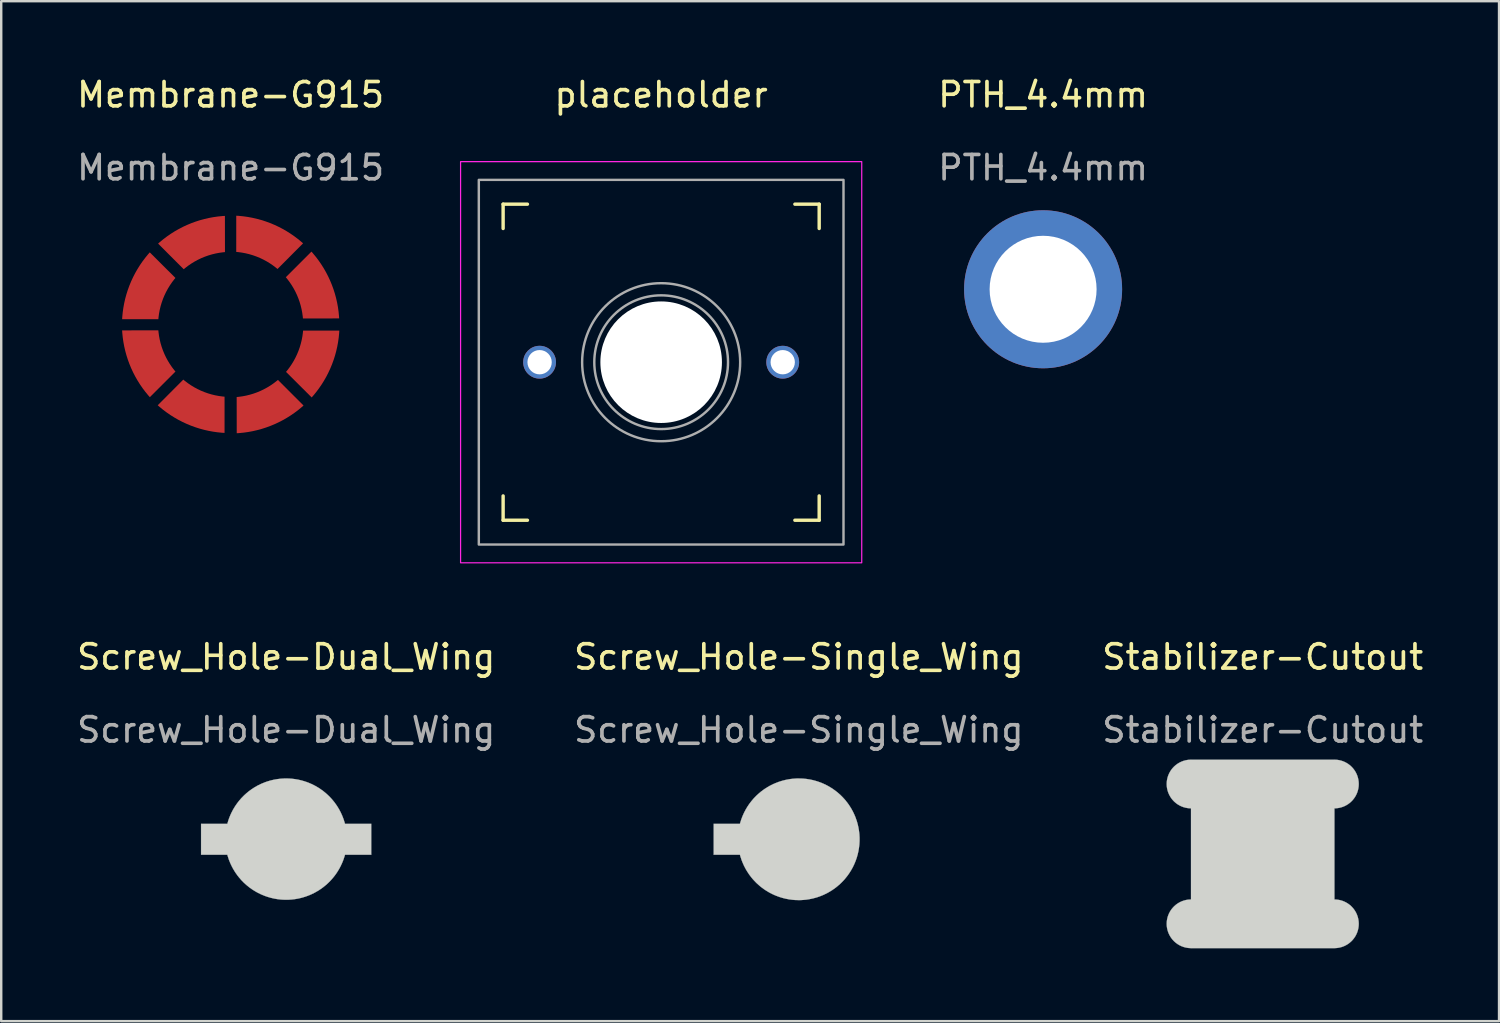
<source format=kicad_pcb>
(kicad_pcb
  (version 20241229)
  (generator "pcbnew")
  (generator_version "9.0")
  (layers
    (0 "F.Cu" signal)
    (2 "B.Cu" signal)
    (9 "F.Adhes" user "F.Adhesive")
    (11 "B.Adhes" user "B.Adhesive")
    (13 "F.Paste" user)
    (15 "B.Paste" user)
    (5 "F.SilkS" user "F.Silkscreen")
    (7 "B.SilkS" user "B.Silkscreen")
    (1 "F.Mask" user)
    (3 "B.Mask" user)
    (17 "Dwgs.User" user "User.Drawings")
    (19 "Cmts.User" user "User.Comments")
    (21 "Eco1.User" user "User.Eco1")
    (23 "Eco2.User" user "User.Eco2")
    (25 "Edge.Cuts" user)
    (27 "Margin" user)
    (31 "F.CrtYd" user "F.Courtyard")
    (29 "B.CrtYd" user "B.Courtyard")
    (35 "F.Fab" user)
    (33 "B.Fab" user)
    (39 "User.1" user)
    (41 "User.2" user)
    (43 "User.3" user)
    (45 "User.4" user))
  (footprint "placeholder"
    (layer "F.Cu")
    (at 24.144 11.848)
    (property "Reference" "placeholder" (at 0 -11 0) (unlocked yes) (layer "F.SilkS") (effects (font (size 1 1) (thickness 0.15))))
    (attr through_hole)
    (fp_line (start -6.5 -5.5) (end -6.5 -6.5) (stroke (width 0.14) (type solid)) (layer "F.SilkS"))
    (fp_line (start -6.5 6.5) (end -6.5 5.5) (stroke (width 0.14) (type solid)) (layer "F.SilkS"))
    (fp_line (start -6.5 6.5) (end -5.5 6.5) (stroke (width 0.14) (type solid)) (layer "F.SilkS"))
    (fp_line (start -5.5 -6.5) (end -6.5 -6.5) (stroke (width 0.14) (type solid)) (layer "F.SilkS"))
    (fp_line (start 5.5 6.5) (end 6.5 6.5) (stroke (width 0.14) (type solid)) (layer "F.SilkS"))
    (fp_line (start 6.5 -6.5) (end 5.5 -6.5) (stroke (width 0.14) (type solid)) (layer "F.SilkS"))
    (fp_line (start 6.5 -6.5) (end 6.5 -5.5) (stroke (width 0.14) (type solid)) (layer "F.SilkS"))
    (fp_line (start 6.5 5.5) (end 6.5 6.5) (stroke (width 0.14) (type solid)) (layer "F.SilkS"))
    (fp_rect (start -8.25 -8.25) (end 8.25 8.25) (stroke (width 0.05) (type solid)) (fill no) (layer "F.CrtYd"))
    (fp_rect (start 7.5 7.5) (end -7.5 -7.5) (stroke (width 0.1) (type solid)) (fill no) (layer "F.Fab"))
    (fp_circle (center 0 0) (end 2.75 0) (stroke (width 0.1) (type default)) (fill no) (layer "F.Fab"))
    (fp_circle (center 0 0) (end 3.25 0) (stroke (width 0.1) (type default)) (fill no) (layer "F.Fab"))
    (fp_poly (pts (xy -2.05 -0.65) (xy -0.7 -0.65) (xy -0.7 -2) (xy 0.6 -2) (xy 0.6 -0.65) (xy 1.95 -0.65) (xy 1.95 0.65) (xy 0.6 0.65) (xy 0.6 2) (xy -0.7 2) (xy -0.7 0.65) (xy -2.05 0.65)) (stroke (width 0.1) (type solid)) (fill no) (layer "F.Fab"))
    (pad "" np_thru_hole circle (at 0 0 180) (size 5 5) (drill 5) (layers "*.Cu" "*.Mask"))
    (pad "1" thru_hole circle (at 5 0 180) (size 1.35 1.35) (drill 1) (layers "*.Cu" "B.Mask"))
    (pad "2" thru_hole circle (at -5 0 180) (size 1.35 1.35) (drill 1) (layers "*.Cu" "B.Mask")))
  (footprint "Membrane-G915"
    (layer "F.Cu")
    (at 6.435 10.298)
    (property "Reference" "Membrane-G915" (at 0 -9.45 0) (unlocked yes) (layer "F.SilkS") (effects (font (size 1 1) (thickness 0.15))))
    (attr smd)
    (fp_poly (pts (arc (start -4.46183 0.2406) (mid -4.12569 1.711464) (end -3.321967 2.98836)) (arc (start -2.26817 1.935141) (mid -2.752652 1.141744) (end -2.971967 0.23836)) (xy -4.462 0.241)) (stroke (width 0) (type solid)) (fill yes) (layer "F.Cu"))
    (fp_poly (pts (arc (start -3.324569 -2.967986) (mid -4.12694 -1.690241) (end -4.461524 -0.219021)) (arc (start -2.971639 -0.218613) (mid -2.753203 -1.12221) (end -2.269493 -1.916078)) (xy -3.325 -2.968)) (stroke (width 0) (type solid)) (fill yes) (layer "F.Cu"))
    (fp_poly (pts (arc (start -2.997935 3.320542) (mid -1.720191 4.122913) (end -0.248971 4.457497)) (arc (start -0.248562 2.967612) (mid -1.152159 2.749176) (end -1.946027 2.265466)) (xy -2.998 3.321)) (stroke (width 0) (type solid)) (fill yes) (layer "F.Cu"))
    (fp_poly (pts (arc (start -0.234347 -4.468084) (mid -1.705211 -4.131944) (end -2.982107 -3.328221)) (arc (start -1.928888 -2.274424) (mid -1.135491 -2.758906) (end -0.232107 -2.978221)) (xy -0.234 -4.468)) (stroke (width 0) (type solid)) (fill yes) (layer "F.Cu"))
    (fp_poly (pts (arc (start 0.251764 4.471513) (mid 1.722628 4.135373) (end 2.999524 3.33165)) (arc (start 1.946305 2.277853) (mid 1.152908 2.762335) (end 0.249524 2.98165)) (xy 0.252 4.472)) (stroke (width 0) (type solid)) (fill yes) (layer "F.Cu"))
    (fp_poly (pts (arc (start 2.981136 -3.33897) (mid 1.703391 -4.141341) (end 0.232171 -4.475925)) (arc (start 0.231763 -2.986039) (mid 1.135359 -2.767603) (end 1.929227 -2.283894)) (xy 2.981 -3.339)) (stroke (width 0) (type solid)) (fill yes) (layer "F.Cu"))
    (fp_poly (pts (arc (start 3.334218 2.999354) (mid 4.136589 1.721609) (end 4.471173 0.250389)) (arc (start 2.981287 0.249981) (mid 2.762851 1.153577) (end 2.279142 1.947445)) (xy 3.334 2.999)) (stroke (width 0) (type solid)) (fill yes) (layer "F.Cu"))
    (fp_poly (pts (arc (start 4.464574 -0.250595) (mid 4.128434 -1.721459) (end 3.324711 -2.998355)) (arc (start 2.270914 -1.945136) (mid 2.755396 -1.151739) (end 2.974711 -0.248355)) (xy 4.465 -0.251)) (stroke (width 0) (type solid)) (fill yes) (layer "F.Cu"))
    (fp_text user "${REFERENCE}" (at 0 -6.45 0) (unlocked yes) (layer "F.Fab") (effects (font (size 1 1) (thickness 0.15)))))
  (footprint "PTH_4.4mm"
    (layer "F.Cu")
    (at 39.854 8.848)
    (property "Reference" "PTH_4.4mm" (at 0 -8 0) (unlocked yes) (layer "F.SilkS") (effects (font (size 1 1) (thickness 0.15))))
    (attr smd)
    (fp_text user "${REFERENCE}" (at 0 -5 0) (unlocked yes) (layer "F.Fab") (effects (font (size 1 1) (thickness 0.15))))
    (pad "1" thru_hole circle (at 0 0) (size 6.5 6.5) (drill 4.4) (layers "*.Cu" "*.Mask")))
  (footprint "Screw_Hole-Dual_Wing"
    (layer "F.Cu")
    (at 8.72 31.471)
    (property "Reference" "Screw_Hole-Dual_Wing" (at 0 -7.5 0) (unlocked yes) (layer "F.SilkS") (effects (font (size 1 1) (thickness 0.15))))
    (attr smd)
    (fp_line (start -3.5 -0.635) (end -3.5 0.635) (stroke (width 0.01) (type solid)) (layer "Edge.Cuts"))
    (fp_line (start -3.5 -0.635) (end -2.42 -0.635) (stroke (width 0.01) (type solid)) (layer "Edge.Cuts"))
    (fp_line (start -3.5 0.635) (end -2.42 0.635) (stroke (width 0.01) (type solid)) (layer "Edge.Cuts"))
    (fp_line (start 3.5 -0.635) (end 2.42 -0.635) (stroke (width 0.01) (type solid)) (layer "Edge.Cuts"))
    (fp_line (start 3.5 -0.635) (end 3.5 0.635) (stroke (width 0.01) (type solid)) (layer "Edge.Cuts"))
    (fp_line (start 3.5 0.635) (end 2.42 0.635) (stroke (width 0.01) (type solid)) (layer "Edge.Cuts"))
    (fp_arc (start -2.42 -0.635) (mid 0 -2.501924) (end 2.42 -0.635) (stroke (width 0.01) (type solid)) (layer "Edge.Cuts"))
    (fp_arc (start 2.42 0.635) (mid 0 2.487075) (end -2.42 0.635) (stroke (width 0.01) (type solid)) (layer "Edge.Cuts"))
    (fp_poly (pts (xy -3.5 0.635) (xy -3.5 -0.635) (arc (start -2.42 -0.635) (mid 0 -2.501924) (end 2.42 -0.635)) (xy 3.5 -0.635) (xy 3.5 0.635) (arc (start 2.42 0.635) (mid 0 2.487075) (end -2.42 0.635))) (stroke (width 0) (type solid)) (fill yes) (layer "Edge.Cuts"))
    (fp_text user "${REFERENCE}" (at 0 -4.5 0) (unlocked yes) (layer "F.Fab") (effects (font (size 1 1) (thickness 0.15)))))
  (footprint "Stabilizer-Cutout"
    (layer "F.Cu")
    (at 48.887 32.072)
    (property "Reference" "Stabilizer-Cutout" (at 0 -8.1 0) (unlocked yes) (layer "F.SilkS") (effects (font (size 1 1) (thickness 0.15))))
    (attr smd)
    (fp_line (start -2.95 -3.875) (end 2.95 -3.875) (stroke (width 0.01) (type solid)) (layer "Edge.Cuts"))
    (fp_line (start -2.95 -1.875) (end -2.95 1.875) (stroke (width 0.01) (type solid)) (layer "Edge.Cuts"))
    (fp_line (start -2.95 3.875) (end 2.95 3.875) (stroke (width 0.01) (type solid)) (layer "Edge.Cuts"))
    (fp_line (start 2.95 -1.875) (end 2.95 1.875) (stroke (width 0.01) (type solid)) (layer "Edge.Cuts"))
    (fp_arc (start -2.95 -1.875) (mid -3.95 -2.875) (end -2.95 -3.875) (stroke (width 0.01) (type solid)) (layer "Edge.Cuts"))
    (fp_arc (start -2.95 3.875) (mid -3.95 2.875) (end -2.95 1.875) (stroke (width 0.01) (type solid)) (layer "Edge.Cuts"))
    (fp_arc (start 2.95 -3.875) (mid 3.95 -2.875) (end 2.95 -1.875) (stroke (width 0.01) (type solid)) (layer "Edge.Cuts"))
    (fp_arc (start 2.95 1.875) (mid 3.95 2.875) (end 2.95 3.875) (stroke (width 0.01) (type solid)) (layer "Edge.Cuts"))
    (fp_poly (pts (arc (start 2.95 -1.875) (mid 3.95 -2.875) (end 2.95 -3.875)) (arc (start -2.95 -3.875) (mid -3.95 -2.875) (end -2.95 -1.875)) (arc (start -2.95 1.875) (mid -3.95 2.875) (end -2.95 3.875)) (arc (start 2.95 3.875) (mid 3.95 2.875) (end 2.95 1.875))) (stroke (width 0) (type solid)) (fill yes) (layer "Edge.Cuts"))
    (fp_text user "${REFERENCE}" (at 0 -5.1 0) (unlocked yes) (layer "F.Fab") (effects (font (size 1 1) (thickness 0.15)))))
  (footprint "Screw_Hole-Single_Wing"
    (layer "F.Cu")
    (at 29.804 31.471)
    (property "Reference" "Screw_Hole-Single_Wing" (at 0 -7.5 0) (unlocked yes) (layer "F.SilkS") (effects (font (size 1 1) (thickness 0.15))))
    (attr smd)
    (fp_line (start -3.5 -0.635) (end -3.5 0.635) (stroke (width 0.01) (type solid)) (layer "Edge.Cuts"))
    (fp_line (start -3.5 -0.635) (end -2.42 -0.635) (stroke (width 0.01) (type solid)) (layer "Edge.Cuts"))
    (fp_line (start -3.5 0.635) (end -2.42 0.635) (stroke (width 0.01) (type solid)) (layer "Edge.Cuts"))
    (fp_arc (start -2.42 -0.635) (mid 2.501924 0) (end -2.42 0.635) (stroke (width 0.01) (type solid)) (layer "Edge.Cuts"))
    (fp_poly (pts (arc (start -2.42 -0.635) (mid 2.501924 0) (end -2.42 0.635)) (xy -3.5 0.635) (xy -3.5 -0.635)) (stroke (width 0) (type solid)) (fill yes) (layer "Edge.Cuts"))
    (fp_text user "${REFERENCE}" (at 0 -4.5 0) (unlocked yes) (layer "F.Fab") (effects (font (size 1 1) (thickness 0.15)))))
  (gr_rect
    (start -3 -3)
    (end 58.607 38.952)
    (stroke (width 0.1) (type default))
    (fill no)
    (layer "Edge.Cuts")))
</source>
